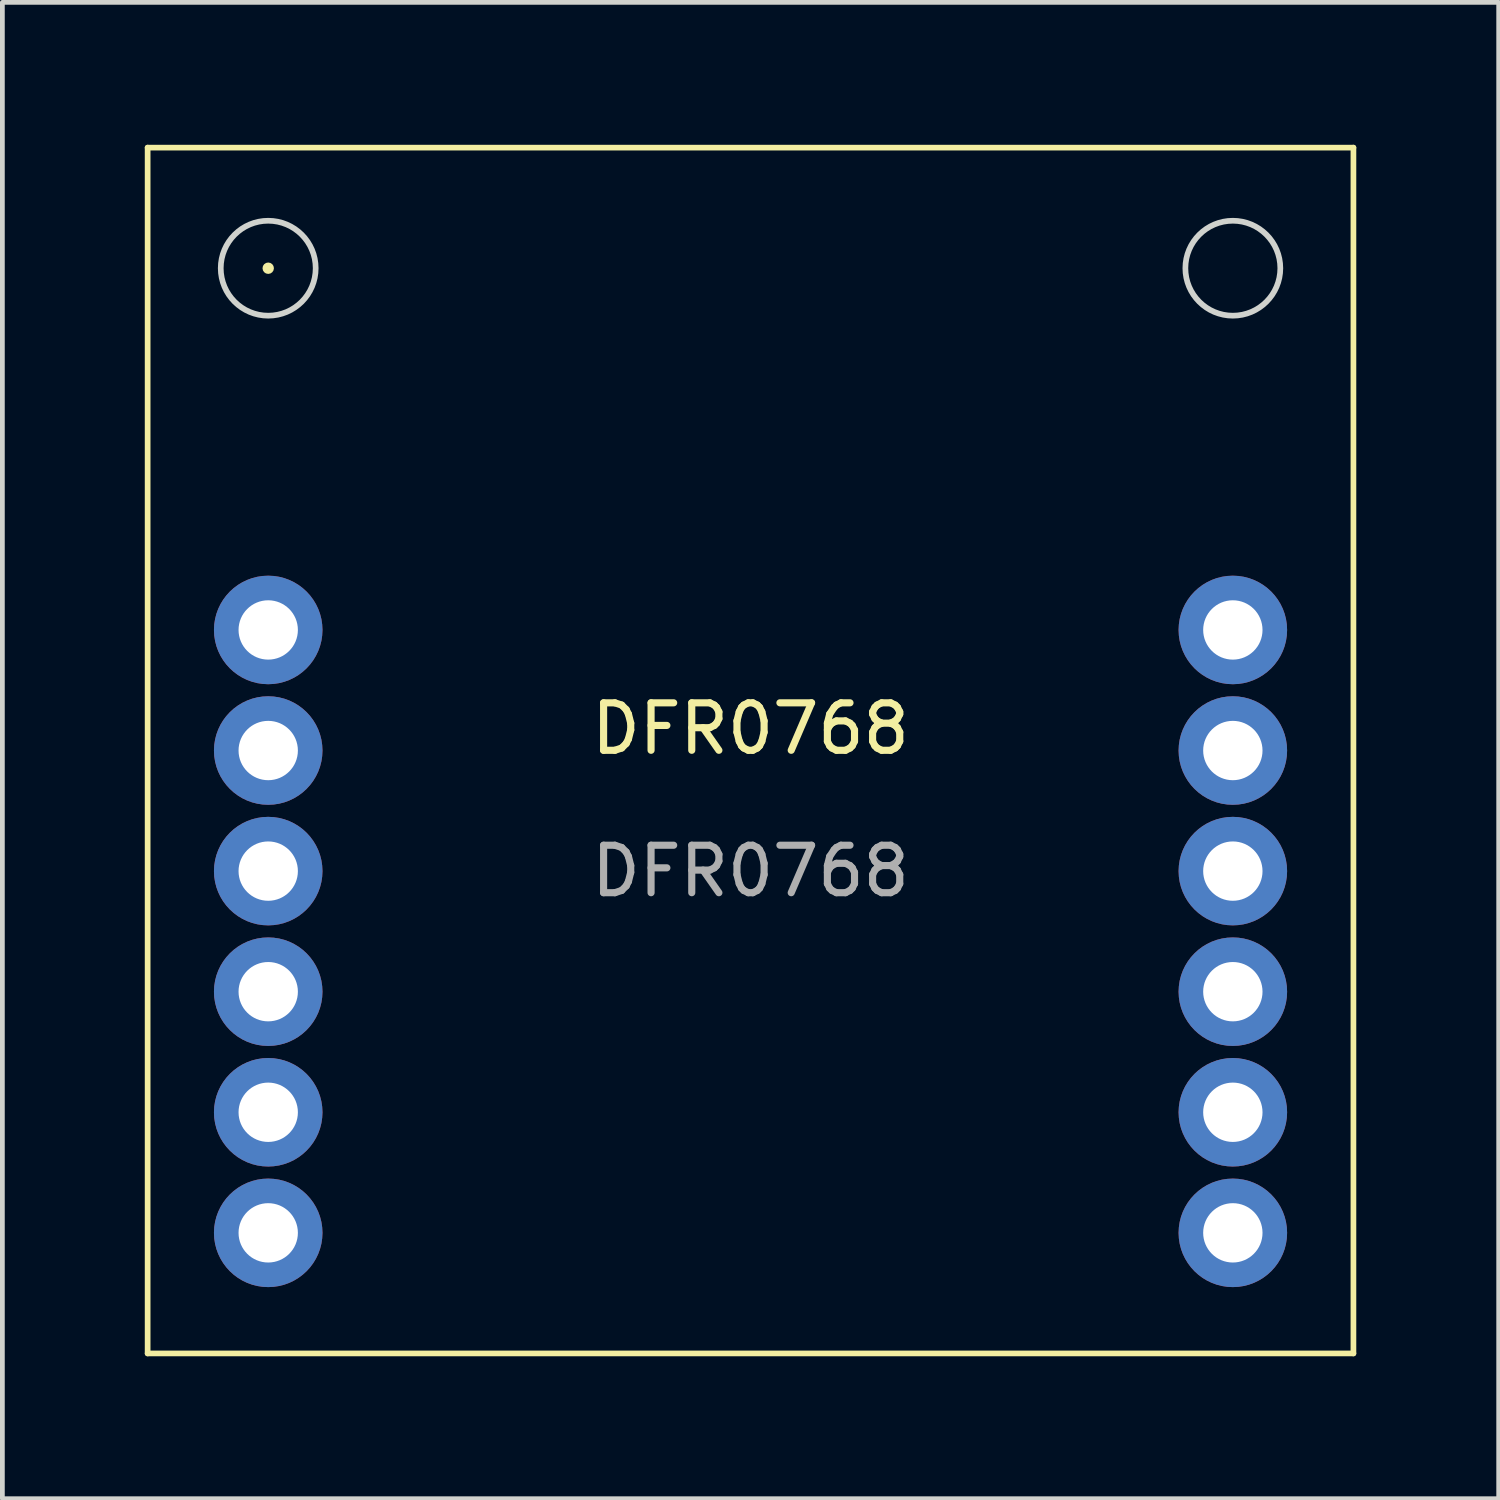
<source format=kicad_pcb>
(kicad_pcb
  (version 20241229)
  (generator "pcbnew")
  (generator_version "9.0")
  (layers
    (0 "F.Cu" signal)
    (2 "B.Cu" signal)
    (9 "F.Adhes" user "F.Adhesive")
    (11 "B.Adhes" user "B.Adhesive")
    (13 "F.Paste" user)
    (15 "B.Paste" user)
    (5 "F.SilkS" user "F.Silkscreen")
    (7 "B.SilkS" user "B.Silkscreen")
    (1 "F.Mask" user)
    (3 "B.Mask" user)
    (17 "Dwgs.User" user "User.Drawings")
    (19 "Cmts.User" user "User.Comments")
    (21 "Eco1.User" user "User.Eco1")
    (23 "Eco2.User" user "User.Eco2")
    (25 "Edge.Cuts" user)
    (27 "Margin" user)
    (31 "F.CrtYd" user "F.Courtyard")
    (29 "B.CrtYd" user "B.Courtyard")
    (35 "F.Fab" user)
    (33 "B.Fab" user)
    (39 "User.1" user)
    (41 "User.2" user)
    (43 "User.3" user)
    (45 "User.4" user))
  (footprint "DFR0768"
    (layer "F.Cu")
    (at 12.76 5.14)
    (property "Reference" "DFR0768" (at 0 7.16 0) (unlocked yes) (layer "F.SilkS") (effects (font (size 1 1) (thickness 0.15))))
    (attr smd)
    (fp_rect (start -12.7 -5.08) (end -12.7 20.32) (stroke (width 0.12) (type solid)) (fill no) (layer "F.SilkS"))
    (fp_rect (start -12.7 20.32) (end 12.7 20.32) (stroke (width 0.12) (type solid)) (fill no) (layer "F.SilkS"))
    (fp_rect (start 12.7 -5.08) (end -12.7 -5.08) (stroke (width 0.12) (type solid)) (fill no) (layer "F.SilkS"))
    (fp_rect (start 12.7 20.32) (end 12.7 -5.08) (stroke (width 0.12) (type solid)) (fill no) (layer "F.SilkS"))
    (fp_circle (center -10.16 -2.54) (end -10.16 -2.54) (stroke (width 0.12) (type solid)) (fill no) (layer "F.SilkS"))
    (fp_circle (center -10.16 -2.54) (end -9.16 -2.54) (stroke (width 0.12) (type solid)) (fill no) (layer "Edge.Cuts"))
    (fp_circle (center 10.16 -2.54) (end 11.16 -2.54) (stroke (width 0.12) (type solid)) (fill no) (layer "Edge.Cuts"))
    (fp_text user "${REFERENCE}" (at 0 10.16 0) (unlocked yes) (layer "F.Fab") (effects (font (size 1 1) (thickness 0.15))))
    (pad "1" thru_hole circle (at -10.16 5.08) (size 2.286 2.286) (drill 1.25) (layers "*.Cu" "*.Mask"))
    (pad "2" thru_hole circle (at -10.16 7.62) (size 2.286 2.286) (drill 1.25) (layers "*.Cu" "*.Mask"))
    (pad "3" thru_hole circle (at -10.16 10.16) (size 2.286 2.286) (drill 1.25) (layers "*.Cu" "*.Mask"))
    (pad "4" thru_hole circle (at -10.16 12.7) (size 2.286 2.286) (drill 1.25) (layers "*.Cu" "*.Mask"))
    (pad "5" thru_hole circle (at -10.16 15.24) (size 2.286 2.286) (drill 1.25) (layers "*.Cu" "*.Mask"))
    (pad "6" thru_hole circle (at -10.16 17.78) (size 2.286 2.286) (drill 1.25) (layers "*.Cu" "*.Mask"))
    (pad "7" thru_hole circle (at 10.16 5.08) (size 2.286 2.286) (drill 1.25) (layers "*.Cu" "*.Mask"))
    (pad "8" thru_hole circle (at 10.16 7.62) (size 2.286 2.286) (drill 1.25) (layers "*.Cu" "*.Mask"))
    (pad "9" thru_hole circle (at 10.16 10.16) (size 2.286 2.286) (drill 1.25) (layers "*.Cu" "*.Mask"))
    (pad "10" thru_hole circle (at 10.16 12.7) (size 2.286 2.286) (drill 1.25) (layers "*.Cu" "*.Mask"))
    (pad "11" thru_hole circle (at 10.16 15.24) (size 2.286 2.286) (drill 1.25) (layers "*.Cu" "*.Mask"))
    (pad "12" thru_hole circle (at 10.16 17.78) (size 2.286 2.286) (drill 1.25) (layers "*.Cu" "*.Mask")))
  (gr_rect
    (start -3 -3)
    (end 28.52 28.52)
    (stroke (width 0.1) (type default))
    (fill no)
    (layer "Edge.Cuts")))
</source>
